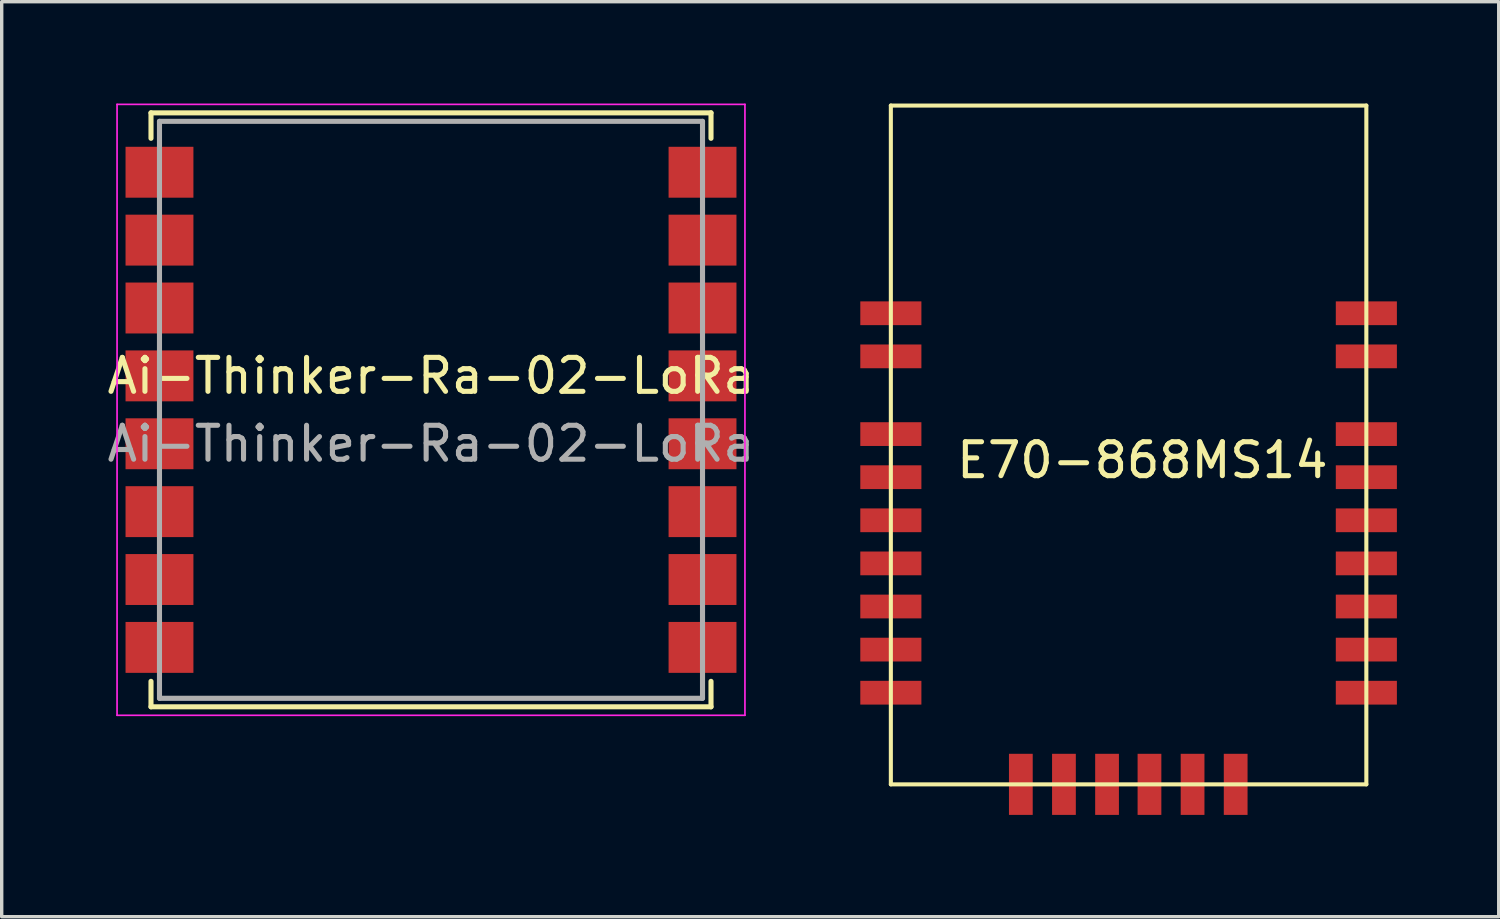
<source format=kicad_pcb>
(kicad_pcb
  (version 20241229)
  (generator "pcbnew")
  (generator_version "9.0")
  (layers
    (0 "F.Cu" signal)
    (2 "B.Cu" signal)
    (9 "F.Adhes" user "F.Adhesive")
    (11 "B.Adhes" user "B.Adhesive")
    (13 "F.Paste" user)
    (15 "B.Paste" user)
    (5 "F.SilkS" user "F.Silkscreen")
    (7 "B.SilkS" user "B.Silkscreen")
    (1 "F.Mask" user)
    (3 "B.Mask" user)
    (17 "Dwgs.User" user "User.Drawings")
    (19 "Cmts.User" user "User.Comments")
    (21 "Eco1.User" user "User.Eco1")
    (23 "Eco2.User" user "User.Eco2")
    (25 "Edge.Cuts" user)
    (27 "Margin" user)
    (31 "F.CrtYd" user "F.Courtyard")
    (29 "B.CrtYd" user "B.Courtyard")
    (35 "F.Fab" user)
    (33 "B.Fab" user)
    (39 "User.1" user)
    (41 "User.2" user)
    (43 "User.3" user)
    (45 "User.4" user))
  (footprint "E70-868MS14"
    (layer "F.Cu")
    (at 30.198 11.07)
    (property "Reference" "E70-868MS14" (at 0.41 -0.56 0) (layer "F.SilkS") (effects (font (size 1 1) (thickness 0.15))))
    (attr through_hole)
    (fp_line (start -7 -11.01) (end 7.01 -11.01) (stroke (width 0.12) (type solid)) (layer "F.SilkS"))
    (fp_line (start -7 8.99) (end -7 -11.01) (stroke (width 0.12) (type solid)) (layer "F.SilkS"))
    (fp_line (start 7.01 -11.01) (end 7.01 8.99) (stroke (width 0.12) (type solid)) (layer "F.SilkS"))
    (fp_line (start 7.01 8.99) (end -7 8.99) (stroke (width 0.12) (type solid)) (layer "F.SilkS"))
    (pad "1" smd rect (at -7 -4.89 180) (size 1.8 0.7) (layers "F.Cu" "F.Mask" "F.Paste"))
    (pad "1" smd rect (at 7.01 -4.89 180) (size 1.8 0.7) (layers "F.Cu" "F.Mask" "F.Paste"))
    (pad "2" smd rect (at -7 -3.62 180) (size 1.8 0.7) (layers "F.Cu" "F.Mask" "F.Paste"))
    (pad "2" smd rect (at 7.01 -3.62 180) (size 1.8 0.7) (layers "F.Cu" "F.Mask" "F.Paste"))
    (pad "3" smd rect (at -7 -1.33 180) (size 1.8 0.7) (layers "F.Cu" "F.Mask" "F.Paste"))
    (pad "3" smd rect (at 7.01 -1.33 180) (size 1.8 0.7) (layers "F.Cu" "F.Mask" "F.Paste"))
    (pad "4" smd rect (at -7 -0.06 180) (size 1.8 0.7) (layers "F.Cu" "F.Mask" "F.Paste"))
    (pad "4" smd rect (at -3.17 8.99 270) (size 1.8 0.7) (layers "F.Cu" "F.Mask" "F.Paste"))
    (pad "4" smd rect (at 7.01 -0.06 180) (size 1.8 0.7) (layers "F.Cu" "F.Mask" "F.Paste"))
    (pad "5" smd rect (at -7 1.21 180) (size 1.8 0.7) (layers "F.Cu" "F.Mask" "F.Paste"))
    (pad "5" smd rect (at -1.9 8.99 270) (size 1.8 0.7) (layers "F.Cu" "F.Mask" "F.Paste"))
    (pad "5" smd rect (at 7.01 1.21 180) (size 1.8 0.7) (layers "F.Cu" "F.Mask" "F.Paste"))
    (pad "6" smd rect (at -7 2.48 180) (size 1.8 0.7) (layers "F.Cu" "F.Mask" "F.Paste"))
    (pad "6" smd rect (at -0.63 8.99 270) (size 1.8 0.7) (layers "F.Cu" "F.Mask" "F.Paste"))
    (pad "6" smd rect (at 7.01 2.48 180) (size 1.8 0.7) (layers "F.Cu" "F.Mask" "F.Paste"))
    (pad "7" smd rect (at -7 3.75 180) (size 1.8 0.7) (layers "F.Cu" "F.Mask" "F.Paste"))
    (pad "7" smd rect (at 0.62 8.99 270) (size 1.8 0.7) (layers "F.Cu" "F.Mask" "F.Paste"))
    (pad "7" smd rect (at 7.01 3.75 180) (size 1.8 0.7) (layers "F.Cu" "F.Mask" "F.Paste"))
    (pad "8" smd rect (at -7 5.02 180) (size 1.8 0.7) (layers "F.Cu" "F.Mask" "F.Paste"))
    (pad "8" smd rect (at 1.89 8.99 270) (size 1.8 0.7) (layers "F.Cu" "F.Mask" "F.Paste"))
    (pad "8" smd rect (at 7.01 5.02 180) (size 1.8 0.7) (layers "F.Cu" "F.Mask" "F.Paste"))
    (pad "9" smd rect (at -7 6.29 180) (size 1.8 0.7) (layers "F.Cu" "F.Mask" "F.Paste"))
    (pad "9" smd rect (at 3.16 8.99 270) (size 1.8 0.7) (layers "F.Cu" "F.Mask" "F.Paste"))
    (pad "9" smd rect (at 7.01 6.29 180) (size 1.8 0.7) (layers "F.Cu" "F.Mask" "F.Paste")))
  (footprint "Ai-Thinker-Ra-02-LoRa"
    (layer "F.Cu")
    (at 9.649 9.025)
    (property "Reference" "Ai-Thinker-Ra-02-LoRa" (at 0 -1 0) (layer "F.SilkS") (effects (font (size 1 1) (thickness 0.15))))
    (attr smd)
    (fp_line (start -8.25 -8.75) (end 8.25 -8.75) (stroke (width 0.15) (type solid)) (layer "F.SilkS"))
    (fp_line (start -8.25 -8) (end -8.25 -8.75) (stroke (width 0.15) (type solid)) (layer "F.SilkS"))
    (fp_line (start -8.25 8) (end -8.25 8.75) (stroke (width 0.15) (type solid)) (layer "F.SilkS"))
    (fp_line (start -8.25 8.75) (end 8.25 8.75) (stroke (width 0.15) (type solid)) (layer "F.SilkS"))
    (fp_line (start 8.25 -8.75) (end 8.25 -8) (stroke (width 0.15) (type solid)) (layer "F.SilkS"))
    (fp_line (start 8.25 8.75) (end 8.25 8) (stroke (width 0.15) (type solid)) (layer "F.SilkS"))
    (fp_line (start -9.25 -9) (end 9.25 -9) (stroke (width 0.05) (type solid)) (layer "F.CrtYd"))
    (fp_line (start -9.25 9) (end -9.25 -9) (stroke (width 0.05) (type solid)) (layer "F.CrtYd"))
    (fp_line (start 9.25 -9) (end 9.25 9) (stroke (width 0.05) (type solid)) (layer "F.CrtYd"))
    (fp_line (start 9.25 9) (end -9.25 9) (stroke (width 0.05) (type solid)) (layer "F.CrtYd"))
    (fp_line (start -8 -8.5) (end 8 -8.5) (stroke (width 0.15) (type solid)) (layer "F.Fab"))
    (fp_line (start -8 8.5) (end -8 -8.5) (stroke (width 0.15) (type solid)) (layer "F.Fab"))
    (fp_line (start 8 -8.5) (end 8 8.5) (stroke (width 0.15) (type solid)) (layer "F.Fab"))
    (fp_line (start 8 8.5) (end -8 8.5) (stroke (width 0.15) (type solid)) (layer "F.Fab"))
    (fp_text user "${REFERENCE}" (at 0 1 0) (layer "F.Fab") (effects (font (size 1 1) (thickness 0.15))))
    (pad "1" smd rect (at -8 -7) (size 2 1.5) (layers "F.Cu" "F.Mask" "F.Paste"))
    (pad "2" smd rect (at -8 -5) (size 2 1.5) (layers "F.Cu" "F.Mask" "F.Paste"))
    (pad "3" smd rect (at -8 -3) (size 2 1.5) (layers "F.Cu" "F.Mask" "F.Paste"))
    (pad "4" smd rect (at -8 -1) (size 2 1.5) (layers "F.Cu" "F.Mask" "F.Paste"))
    (pad "5" smd rect (at -8 1) (size 2 1.5) (layers "F.Cu" "F.Mask" "F.Paste"))
    (pad "6" smd rect (at -8 3) (size 2 1.5) (layers "F.Cu" "F.Mask" "F.Paste"))
    (pad "7" smd rect (at -8 5) (size 2 1.5) (layers "F.Cu" "F.Mask" "F.Paste"))
    (pad "8" smd rect (at -8 7) (size 2 1.5) (layers "F.Cu" "F.Mask" "F.Paste"))
    (pad "9" smd rect (at 8 7) (size 2 1.5) (layers "F.Cu" "F.Mask" "F.Paste"))
    (pad "10" smd rect (at 8 5) (size 2 1.5) (layers "F.Cu" "F.Mask" "F.Paste"))
    (pad "11" smd rect (at 8 3) (size 2 1.5) (layers "F.Cu" "F.Mask" "F.Paste"))
    (pad "12" smd rect (at 8 1) (size 2 1.5) (layers "F.Cu" "F.Mask" "F.Paste"))
    (pad "13" smd rect (at 8 -1) (size 2 1.5) (layers "F.Cu" "F.Mask" "F.Paste"))
    (pad "14" smd rect (at 8 -3) (size 2 1.5) (layers "F.Cu" "F.Mask" "F.Paste"))
    (pad "15" smd rect (at 8 -5) (size 2 1.5) (layers "F.Cu" "F.Mask" "F.Paste"))
    (pad "16" smd rect (at 8 -7) (size 2 1.5) (layers "F.Cu" "F.Mask" "F.Paste")))
  (gr_rect
    (start -3 -3)
    (end 41.108 23.96)
    (stroke (width 0.1) (type default))
    (fill no)
    (layer "Edge.Cuts")))
</source>
